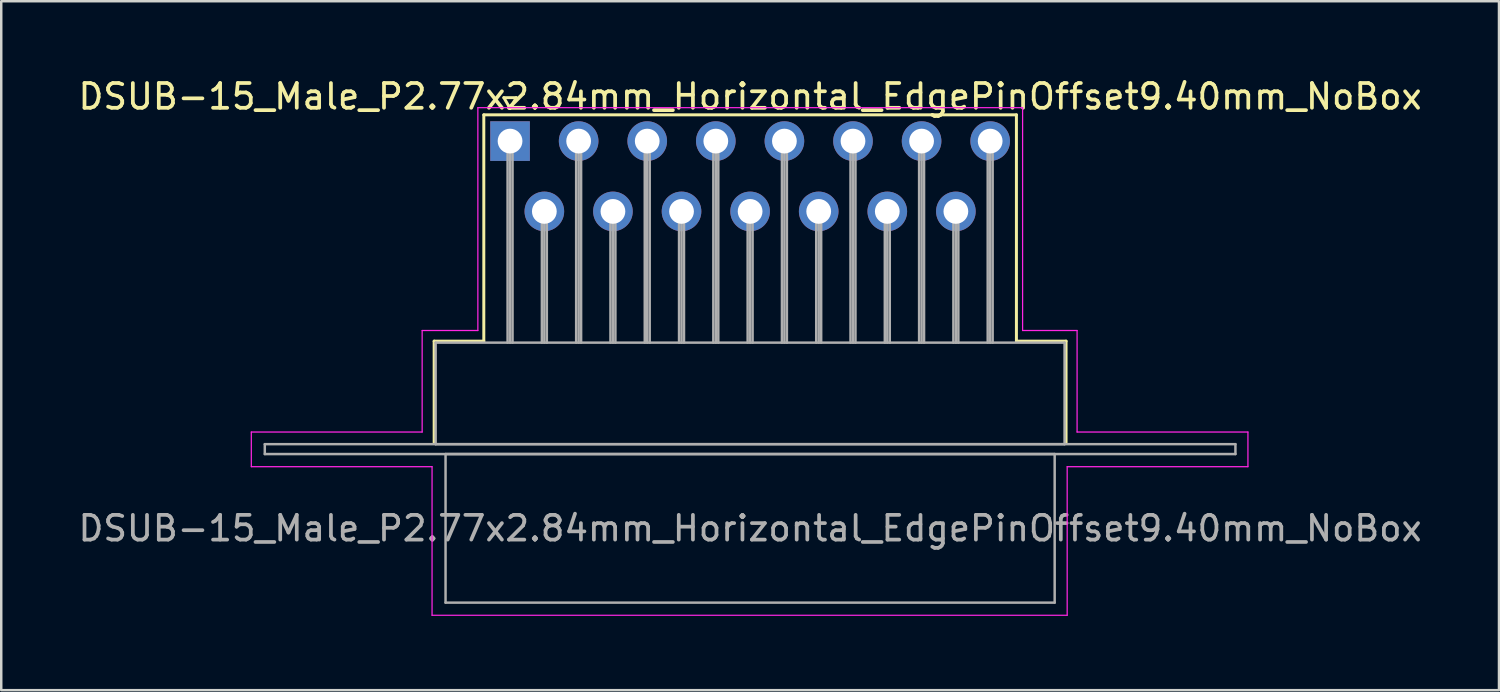
<source format=kicad_pcb>
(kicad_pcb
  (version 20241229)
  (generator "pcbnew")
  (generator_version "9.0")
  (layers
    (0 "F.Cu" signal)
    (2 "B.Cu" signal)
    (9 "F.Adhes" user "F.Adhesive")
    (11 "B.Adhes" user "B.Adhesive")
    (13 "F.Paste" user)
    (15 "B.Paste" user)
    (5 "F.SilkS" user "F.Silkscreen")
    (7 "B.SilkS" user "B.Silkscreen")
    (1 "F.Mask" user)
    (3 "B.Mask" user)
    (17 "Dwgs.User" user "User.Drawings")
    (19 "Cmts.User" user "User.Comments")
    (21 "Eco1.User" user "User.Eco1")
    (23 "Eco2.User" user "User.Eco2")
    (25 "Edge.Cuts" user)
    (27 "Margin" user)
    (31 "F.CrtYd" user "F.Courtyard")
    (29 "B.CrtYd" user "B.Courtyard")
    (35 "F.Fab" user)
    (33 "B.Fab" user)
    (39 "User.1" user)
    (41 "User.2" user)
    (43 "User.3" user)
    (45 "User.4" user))
  (footprint "DSUB-15_Male_P2.77x2.84mm_Horizontal_EdgePinOffset9.40mm_NoBox"
    (layer "F.Cu")
    (at 17.549 2.648)
    (property "Reference" "DSUB-15_Male_P2.77x2.84mm_Horizontal_EdgePinOffset9.40mm_NoBox" (at 9.695 -1.8 0) (layer "F.SilkS") (effects (font (size 1 1) (thickness 0.15))))
    (attr through_hole)
    (fp_line (start -3.065 8.08) (end -1.06 8.08) (stroke (width 0.12) (type solid)) (layer "F.SilkS"))
    (fp_line (start -3.065 12.18) (end -3.065 8.08) (stroke (width 0.12) (type solid)) (layer "F.SilkS"))
    (fp_line (start -1.06 -1.06) (end 20.45 -1.06) (stroke (width 0.12) (type solid)) (layer "F.SilkS"))
    (fp_line (start -1.06 8.08) (end -1.06 -1.06) (stroke (width 0.12) (type solid)) (layer "F.SilkS"))
    (fp_line (start -0.25 -1.754) (end 0.25 -1.754) (stroke (width 0.12) (type solid)) (layer "F.SilkS"))
    (fp_line (start 0 -1.321) (end -0.25 -1.754) (stroke (width 0.12) (type solid)) (layer "F.SilkS"))
    (fp_line (start 0.25 -1.754) (end 0 -1.321) (stroke (width 0.12) (type solid)) (layer "F.SilkS"))
    (fp_line (start 20.45 -1.06) (end 20.45 8.08) (stroke (width 0.12) (type solid)) (layer "F.SilkS"))
    (fp_line (start 20.45 8.08) (end 22.455 8.08) (stroke (width 0.12) (type solid)) (layer "F.SilkS"))
    (fp_line (start 22.455 8.08) (end 22.455 12.18) (stroke (width 0.12) (type solid)) (layer "F.SilkS"))
    (fp_line (start -10.45 11.75) (end -3.55 11.75) (stroke (width 0.05) (type solid)) (layer "F.CrtYd"))
    (fp_line (start -10.45 13.15) (end -10.45 11.75) (stroke (width 0.05) (type solid)) (layer "F.CrtYd"))
    (fp_line (start -3.55 7.65) (end -1.3 7.65) (stroke (width 0.05) (type solid)) (layer "F.CrtYd"))
    (fp_line (start -3.55 11.75) (end -3.55 7.65) (stroke (width 0.05) (type solid)) (layer "F.CrtYd"))
    (fp_line (start -3.15 13.15) (end -10.45 13.15) (stroke (width 0.05) (type solid)) (layer "F.CrtYd"))
    (fp_line (start -3.15 19.15) (end -3.15 13.15) (stroke (width 0.05) (type solid)) (layer "F.CrtYd"))
    (fp_line (start -1.3 -1.35) (end 20.7 -1.35) (stroke (width 0.05) (type solid)) (layer "F.CrtYd"))
    (fp_line (start -1.3 7.65) (end -1.3 -1.35) (stroke (width 0.05) (type solid)) (layer "F.CrtYd"))
    (fp_line (start 20.7 -1.35) (end 20.7 7.65) (stroke (width 0.05) (type solid)) (layer "F.CrtYd"))
    (fp_line (start 20.7 7.65) (end 22.9 7.65) (stroke (width 0.05) (type solid)) (layer "F.CrtYd"))
    (fp_line (start 22.5 13.15) (end 22.5 19.15) (stroke (width 0.05) (type solid)) (layer "F.CrtYd"))
    (fp_line (start 22.5 19.15) (end -3.15 19.15) (stroke (width 0.05) (type solid)) (layer "F.CrtYd"))
    (fp_line (start 22.9 7.65) (end 22.9 11.75) (stroke (width 0.05) (type solid)) (layer "F.CrtYd"))
    (fp_line (start 22.9 11.75) (end 29.8 11.75) (stroke (width 0.05) (type solid)) (layer "F.CrtYd"))
    (fp_line (start 29.8 11.75) (end 29.8 13.15) (stroke (width 0.05) (type solid)) (layer "F.CrtYd"))
    (fp_line (start 29.8 13.15) (end 22.5 13.15) (stroke (width 0.05) (type solid)) (layer "F.CrtYd"))
    (fp_line (start -9.905 12.24) (end -9.905 12.64) (stroke (width 0.1) (type solid)) (layer "F.Fab"))
    (fp_line (start -9.905 12.64) (end 29.295 12.64) (stroke (width 0.1) (type solid)) (layer "F.Fab"))
    (fp_line (start -3.005 8.14) (end -3.005 12.24) (stroke (width 0.1) (type solid)) (layer "F.Fab"))
    (fp_line (start -3.005 12.24) (end 22.395 12.24) (stroke (width 0.1) (type solid)) (layer "F.Fab"))
    (fp_line (start -2.605 12.64) (end -2.605 18.64) (stroke (width 0.1) (type solid)) (layer "F.Fab"))
    (fp_line (start -2.605 18.64) (end 21.995 18.64) (stroke (width 0.1) (type solid)) (layer "F.Fab"))
    (fp_line (start -0.1 0) (end -0.1 8.14) (stroke (width 0.1) (type solid)) (layer "F.Fab"))
    (fp_line (start 0 0) (end 0 8.14) (stroke (width 0.1) (type solid)) (layer "F.Fab"))
    (fp_line (start 0.1 0) (end 0.1 8.14) (stroke (width 0.1) (type solid)) (layer "F.Fab"))
    (fp_line (start 1.285 2.84) (end 1.285 8.14) (stroke (width 0.1) (type solid)) (layer "F.Fab"))
    (fp_line (start 1.385 2.84) (end 1.385 8.14) (stroke (width 0.1) (type solid)) (layer "F.Fab"))
    (fp_line (start 1.485 2.84) (end 1.485 8.14) (stroke (width 0.1) (type solid)) (layer "F.Fab"))
    (fp_line (start 2.67 0) (end 2.67 8.14) (stroke (width 0.1) (type solid)) (layer "F.Fab"))
    (fp_line (start 2.77 0) (end 2.77 8.14) (stroke (width 0.1) (type solid)) (layer "F.Fab"))
    (fp_line (start 2.87 0) (end 2.87 8.14) (stroke (width 0.1) (type solid)) (layer "F.Fab"))
    (fp_line (start 4.055 2.84) (end 4.055 8.14) (stroke (width 0.1) (type solid)) (layer "F.Fab"))
    (fp_line (start 4.155 2.84) (end 4.155 8.14) (stroke (width 0.1) (type solid)) (layer "F.Fab"))
    (fp_line (start 4.255 2.84) (end 4.255 8.14) (stroke (width 0.1) (type solid)) (layer "F.Fab"))
    (fp_line (start 5.44 0) (end 5.44 8.14) (stroke (width 0.1) (type solid)) (layer "F.Fab"))
    (fp_line (start 5.54 0) (end 5.54 8.14) (stroke (width 0.1) (type solid)) (layer "F.Fab"))
    (fp_line (start 5.64 0) (end 5.64 8.14) (stroke (width 0.1) (type solid)) (layer "F.Fab"))
    (fp_line (start 6.825 2.84) (end 6.825 8.14) (stroke (width 0.1) (type solid)) (layer "F.Fab"))
    (fp_line (start 6.925 2.84) (end 6.925 8.14) (stroke (width 0.1) (type solid)) (layer "F.Fab"))
    (fp_line (start 7.025 2.84) (end 7.025 8.14) (stroke (width 0.1) (type solid)) (layer "F.Fab"))
    (fp_line (start 8.21 0) (end 8.21 8.14) (stroke (width 0.1) (type solid)) (layer "F.Fab"))
    (fp_line (start 8.31 0) (end 8.31 8.14) (stroke (width 0.1) (type solid)) (layer "F.Fab"))
    (fp_line (start 8.41 0) (end 8.41 8.14) (stroke (width 0.1) (type solid)) (layer "F.Fab"))
    (fp_line (start 9.595 2.84) (end 9.595 8.14) (stroke (width 0.1) (type solid)) (layer "F.Fab"))
    (fp_line (start 9.695 2.84) (end 9.695 8.14) (stroke (width 0.1) (type solid)) (layer "F.Fab"))
    (fp_line (start 9.795 2.84) (end 9.795 8.14) (stroke (width 0.1) (type solid)) (layer "F.Fab"))
    (fp_line (start 10.98 0) (end 10.98 8.14) (stroke (width 0.1) (type solid)) (layer "F.Fab"))
    (fp_line (start 11.08 0) (end 11.08 8.14) (stroke (width 0.1) (type solid)) (layer "F.Fab"))
    (fp_line (start 11.18 0) (end 11.18 8.14) (stroke (width 0.1) (type solid)) (layer "F.Fab"))
    (fp_line (start 12.365 2.84) (end 12.365 8.14) (stroke (width 0.1) (type solid)) (layer "F.Fab"))
    (fp_line (start 12.465 2.84) (end 12.465 8.14) (stroke (width 0.1) (type solid)) (layer "F.Fab"))
    (fp_line (start 12.565 2.84) (end 12.565 8.14) (stroke (width 0.1) (type solid)) (layer "F.Fab"))
    (fp_line (start 13.75 0) (end 13.75 8.14) (stroke (width 0.1) (type solid)) (layer "F.Fab"))
    (fp_line (start 13.85 0) (end 13.85 8.14) (stroke (width 0.1) (type solid)) (layer "F.Fab"))
    (fp_line (start 13.95 0) (end 13.95 8.14) (stroke (width 0.1) (type solid)) (layer "F.Fab"))
    (fp_line (start 15.135 2.84) (end 15.135 8.14) (stroke (width 0.1) (type solid)) (layer "F.Fab"))
    (fp_line (start 15.235 2.84) (end 15.235 8.14) (stroke (width 0.1) (type solid)) (layer "F.Fab"))
    (fp_line (start 15.335 2.84) (end 15.335 8.14) (stroke (width 0.1) (type solid)) (layer "F.Fab"))
    (fp_line (start 16.52 0) (end 16.52 8.14) (stroke (width 0.1) (type solid)) (layer "F.Fab"))
    (fp_line (start 16.62 0) (end 16.62 8.14) (stroke (width 0.1) (type solid)) (layer "F.Fab"))
    (fp_line (start 16.72 0) (end 16.72 8.14) (stroke (width 0.1) (type solid)) (layer "F.Fab"))
    (fp_line (start 17.905 2.84) (end 17.905 8.14) (stroke (width 0.1) (type solid)) (layer "F.Fab"))
    (fp_line (start 18.005 2.84) (end 18.005 8.14) (stroke (width 0.1) (type solid)) (layer "F.Fab"))
    (fp_line (start 18.105 2.84) (end 18.105 8.14) (stroke (width 0.1) (type solid)) (layer "F.Fab"))
    (fp_line (start 19.29 0) (end 19.29 8.14) (stroke (width 0.1) (type solid)) (layer "F.Fab"))
    (fp_line (start 19.39 0) (end 19.39 8.14) (stroke (width 0.1) (type solid)) (layer "F.Fab"))
    (fp_line (start 19.49 0) (end 19.49 8.14) (stroke (width 0.1) (type solid)) (layer "F.Fab"))
    (fp_line (start 21.995 12.64) (end -2.605 12.64) (stroke (width 0.1) (type solid)) (layer "F.Fab"))
    (fp_line (start 21.995 18.64) (end 21.995 12.64) (stroke (width 0.1) (type solid)) (layer "F.Fab"))
    (fp_line (start 22.395 8.14) (end -3.005 8.14) (stroke (width 0.1) (type solid)) (layer "F.Fab"))
    (fp_line (start 22.395 12.24) (end 22.395 8.14) (stroke (width 0.1) (type solid)) (layer "F.Fab"))
    (fp_line (start 29.295 12.24) (end -9.905 12.24) (stroke (width 0.1) (type solid)) (layer "F.Fab"))
    (fp_line (start 29.295 12.64) (end 29.295 12.24) (stroke (width 0.1) (type solid)) (layer "F.Fab"))
    (fp_text user "${REFERENCE}" (at 9.695 15.64 0) (layer "F.Fab") (effects (font (size 1 1) (thickness 0.15))))
    (pad "1" thru_hole rect (at 0 0) (size 1.6 1.6) (drill 1) (layers "*.Cu" "*.Mask"))
    (pad "2" thru_hole circle (at 2.77 0) (size 1.6 1.6) (drill 1) (layers "*.Cu" "*.Mask"))
    (pad "3" thru_hole circle (at 5.54 0) (size 1.6 1.6) (drill 1) (layers "*.Cu" "*.Mask"))
    (pad "4" thru_hole circle (at 8.31 0) (size 1.6 1.6) (drill 1) (layers "*.Cu" "*.Mask"))
    (pad "5" thru_hole circle (at 11.08 0) (size 1.6 1.6) (drill 1) (layers "*.Cu" "*.Mask"))
    (pad "6" thru_hole circle (at 13.85 0) (size 1.6 1.6) (drill 1) (layers "*.Cu" "*.Mask"))
    (pad "7" thru_hole circle (at 16.62 0) (size 1.6 1.6) (drill 1) (layers "*.Cu" "*.Mask"))
    (pad "8" thru_hole circle (at 19.39 0) (size 1.6 1.6) (drill 1) (layers "*.Cu" "*.Mask"))
    (pad "9" thru_hole circle (at 1.385 2.84) (size 1.6 1.6) (drill 1) (layers "*.Cu" "*.Mask"))
    (pad "10" thru_hole circle (at 4.155 2.84) (size 1.6 1.6) (drill 1) (layers "*.Cu" "*.Mask"))
    (pad "11" thru_hole circle (at 6.925 2.84) (size 1.6 1.6) (drill 1) (layers "*.Cu" "*.Mask"))
    (pad "12" thru_hole circle (at 9.695 2.84) (size 1.6 1.6) (drill 1) (layers "*.Cu" "*.Mask"))
    (pad "13" thru_hole circle (at 12.465 2.84) (size 1.6 1.6) (drill 1) (layers "*.Cu" "*.Mask"))
    (pad "14" thru_hole circle (at 15.235 2.84) (size 1.6 1.6) (drill 1) (layers "*.Cu" "*.Mask"))
    (pad "15" thru_hole circle (at 18.005 2.84) (size 1.6 1.6) (drill 1) (layers "*.Cu" "*.Mask")))
  (gr_rect
    (start -3 -3)
    (end 57.488 24.823)
    (stroke (width 0.1) (type default))
    (fill no)
    (layer "Edge.Cuts")))
</source>
